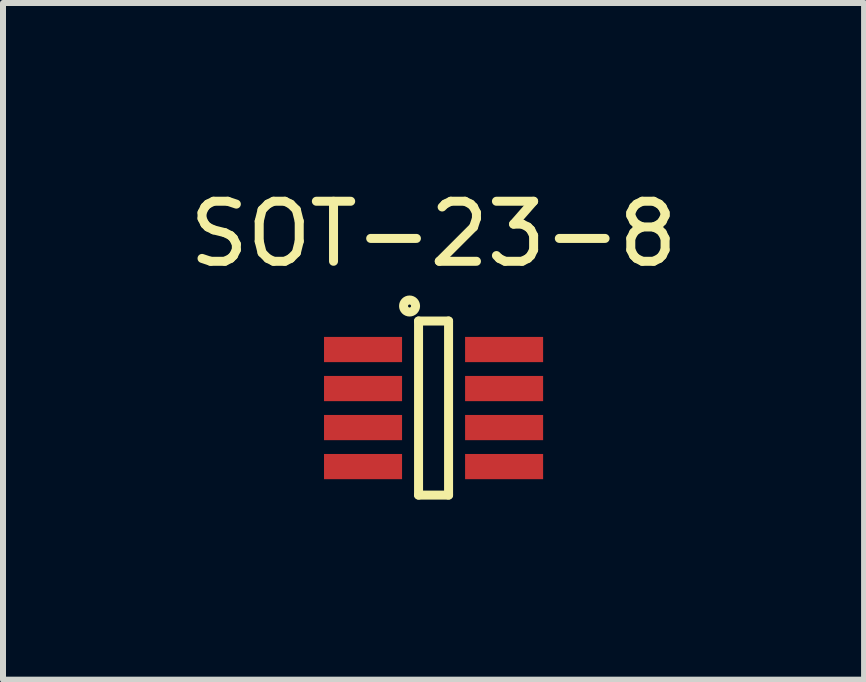
<source format=kicad_pcb>
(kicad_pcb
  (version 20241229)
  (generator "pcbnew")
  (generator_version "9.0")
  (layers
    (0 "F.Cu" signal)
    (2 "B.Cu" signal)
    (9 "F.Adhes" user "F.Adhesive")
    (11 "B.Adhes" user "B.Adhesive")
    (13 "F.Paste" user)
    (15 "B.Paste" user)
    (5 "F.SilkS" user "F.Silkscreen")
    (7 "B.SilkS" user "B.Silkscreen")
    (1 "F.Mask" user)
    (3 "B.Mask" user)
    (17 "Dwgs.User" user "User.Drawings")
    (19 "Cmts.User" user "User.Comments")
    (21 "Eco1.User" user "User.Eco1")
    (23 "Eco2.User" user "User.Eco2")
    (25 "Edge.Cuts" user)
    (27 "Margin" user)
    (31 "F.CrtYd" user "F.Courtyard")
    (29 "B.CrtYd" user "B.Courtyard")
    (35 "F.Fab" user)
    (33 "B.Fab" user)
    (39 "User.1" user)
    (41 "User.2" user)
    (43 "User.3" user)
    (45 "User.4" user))
  (footprint "SOT-23-8"
    (layer "F.Cu")
    (at 4.173 3.748)
    (property "Reference" "SOT-23-8" (at 0 -2.9 0) (layer "F.SilkS") (effects (font (size 1 1) (thickness 0.15))))
    (attr smd)
    (fp_line (start -0.25 -1.45) (end -0.25 1.45) (stroke (width 0.15) (type solid)) (layer "F.SilkS"))
    (fp_line (start -0.25 1.45) (end 0.25 1.45) (stroke (width 0.15) (type solid)) (layer "F.SilkS"))
    (fp_line (start 0.25 -1.45) (end -0.25 -1.45) (stroke (width 0.15) (type solid)) (layer "F.SilkS"))
    (fp_line (start 0.25 1.45) (end 0.25 -1.45) (stroke (width 0.15) (type solid)) (layer "F.SilkS"))
    (fp_circle (center -0.4 -1.7) (end -0.3 -1.7) (stroke (width 0.15) (type solid)) (fill no) (layer "F.SilkS"))
    (pad "1" smd rect (at -1.175 -0.975) (size 1.3 0.42) (layers "F.Cu" "F.Mask" "F.Paste"))
    (pad "2" smd rect (at -1.175 -0.325) (size 1.3 0.42) (layers "F.Cu" "F.Mask" "F.Paste"))
    (pad "3" smd rect (at -1.175 0.325) (size 1.3 0.42) (layers "F.Cu" "F.Mask" "F.Paste"))
    (pad "4" smd rect (at -1.175 0.975) (size 1.3 0.42) (layers "F.Cu" "F.Mask" "F.Paste"))
    (pad "5" smd rect (at 1.175 0.975) (size 1.3 0.42) (layers "F.Cu" "F.Mask" "F.Paste"))
    (pad "6" smd rect (at 1.175 0.325) (size 1.3 0.42) (layers "F.Cu" "F.Mask" "F.Paste"))
    (pad "7" smd rect (at 1.175 -0.325) (size 1.3 0.42) (layers "F.Cu" "F.Mask" "F.Paste"))
    (pad "8" smd rect (at 1.175 -0.975) (size 1.3 0.42) (layers "F.Cu" "F.Mask" "F.Paste")))
  (gr_rect
    (start -3 -3)
    (end 11.345 8.273)
    (stroke (width 0.1) (type default))
    (fill no)
    (layer "Edge.Cuts")))
</source>
